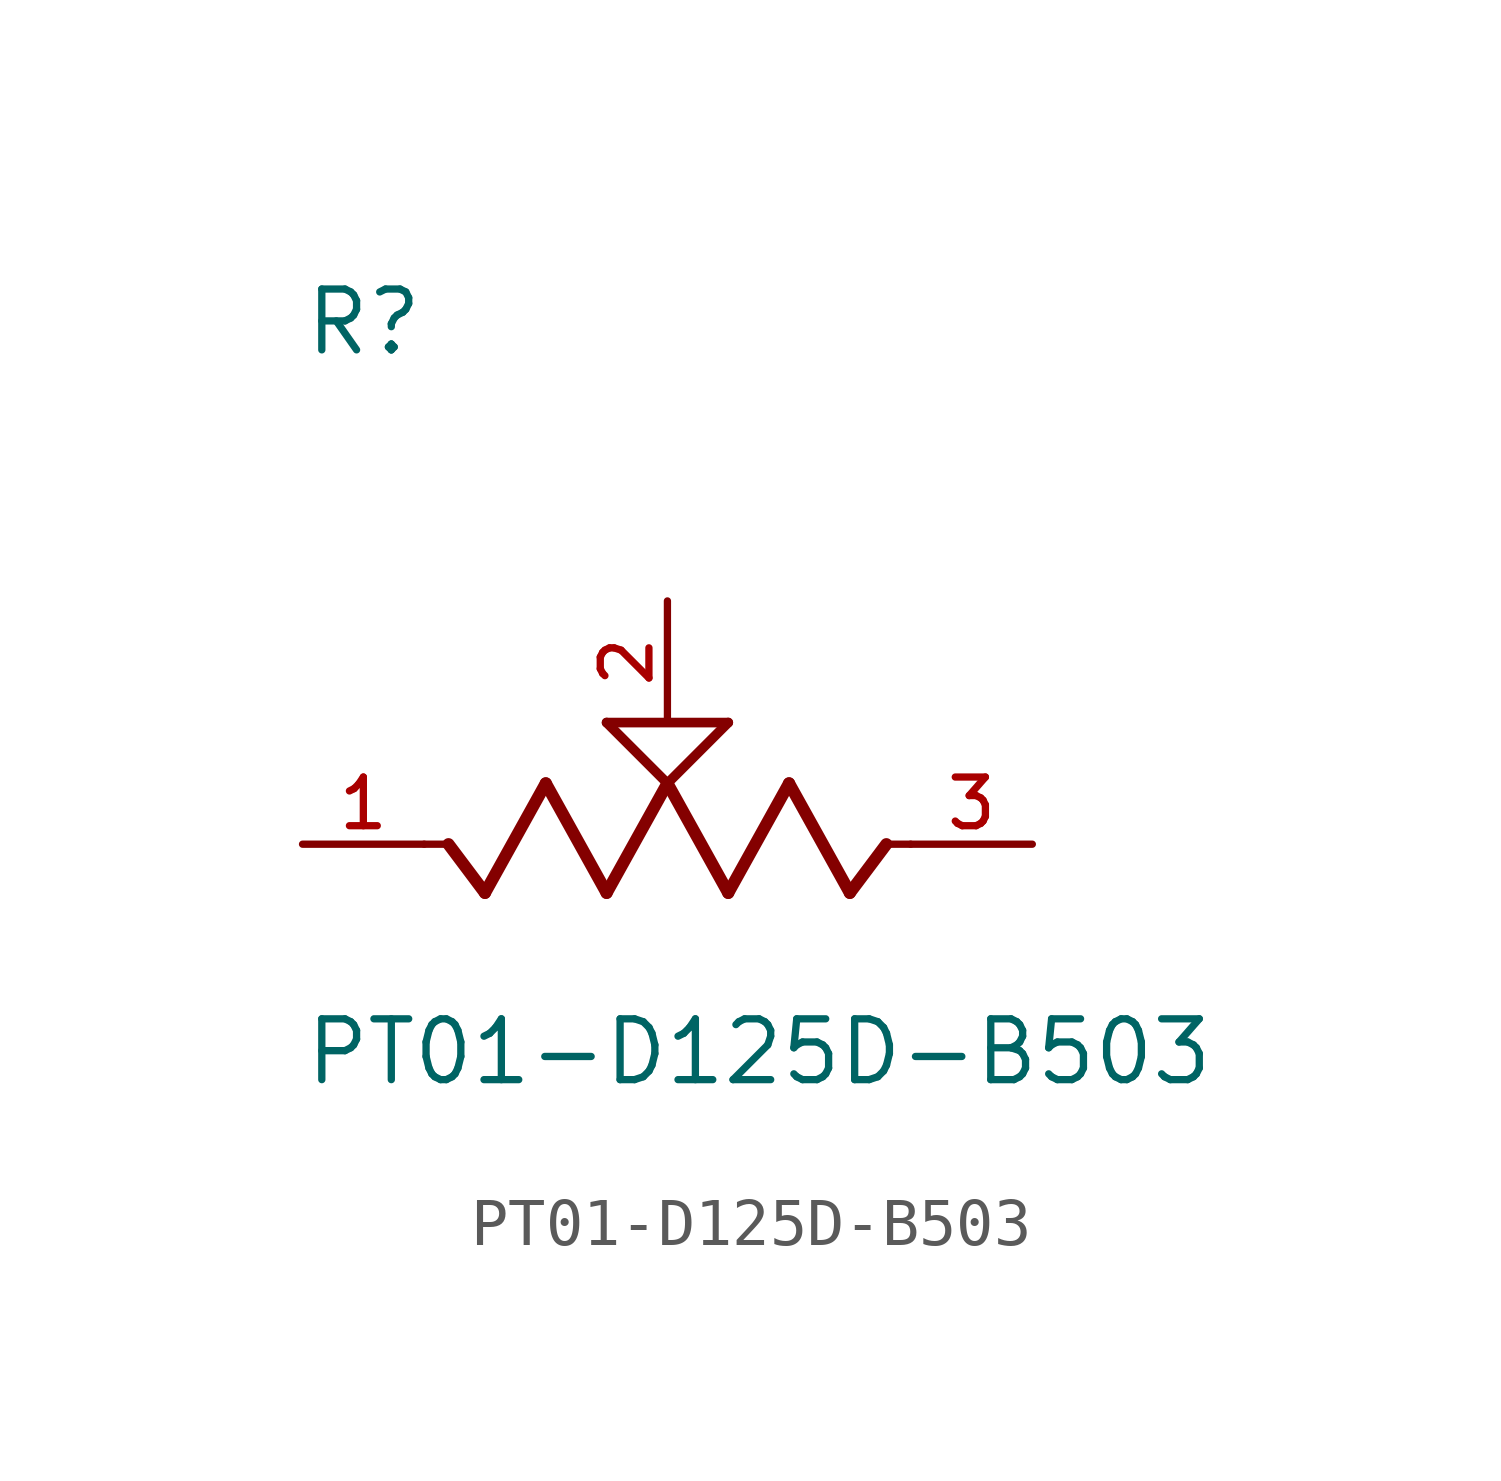
<source format=kicad_sym>
(kicad_symbol_lib
  (version 20211014)
  (generator kicad_symbol_editor)
  (symbol "PT01-D125D-B503"
    (pin_names
      (offset 1.016))
    (property "Reference" "R"
      (at -7.62 10.16 0)
      (effects (font (size 1.27 1.27)) (justify bottom left)))
    (property "Value" "PT01-D125D-B503"
      (at -7.62 -5.08 0)
      (effects (font (size 1.27 1.27)) (justify bottom left)))
    (symbol "PT01-D125D-B503_0_0"
      (polyline (pts (xy 5.08 0.0) (xy 4.572 0.0)) (stroke (width 0.152)))
      (polyline (pts (xy 4.572 0.0) (xy 3.81 -1.016)) (stroke (width 0.254)))
      (polyline (pts (xy 3.81 -1.016) (xy 2.54 1.27)) (stroke (width 0.254)))
      (polyline (pts (xy 2.54 1.27) (xy 1.27 -1.016)) (stroke (width 0.254)))
      (polyline (pts (xy 1.27 -1.016) (xy 0.0 1.27)) (stroke (width 0.254)))
      (polyline (pts (xy 0.0 1.27) (xy -1.27 -1.016)) (stroke (width 0.254)))
      (polyline (pts (xy -1.27 -1.016) (xy -2.54 1.27)) (stroke (width 0.254)))
      (polyline (pts (xy -2.54 1.27) (xy -3.81 -1.016)) (stroke (width 0.254)))
      (polyline (pts (xy -3.81 -1.016) (xy -4.572 0.0)) (stroke (width 0.254)))
      (polyline (pts (xy -4.572 0.0) (xy -5.08 0.0)) (stroke (width 0.152)))
      (polyline (pts (xy 0.0 1.27) (xy -1.27 2.54)) (stroke (width 0.203)))
      (polyline (pts (xy 1.27 2.54) (xy 0.0 1.27)) (stroke (width 0.203)))
      (polyline (pts (xy -1.27 2.54) (xy 1.27 2.54)) (stroke (width 0.203)))
      (pin passive line (at 7.62 0.0 180.0) (length 2.54) (name "~" (effects (font (size 1.016 1.016)))) (number "3" (effects (font (size 1.016 1.016)))))
      (pin passive line (at -7.62 0.0 0) (length 2.54) (name "~" (effects (font (size 1.016 1.016)))) (number "1" (effects (font (size 1.016 1.016)))))
      (pin passive line (at 0.0 5.08 270.0) (length 2.54) (name "~" (effects (font (size 1.016 1.016)))) (number "2" (effects (font (size 1.016 1.016))))))))
</source>
